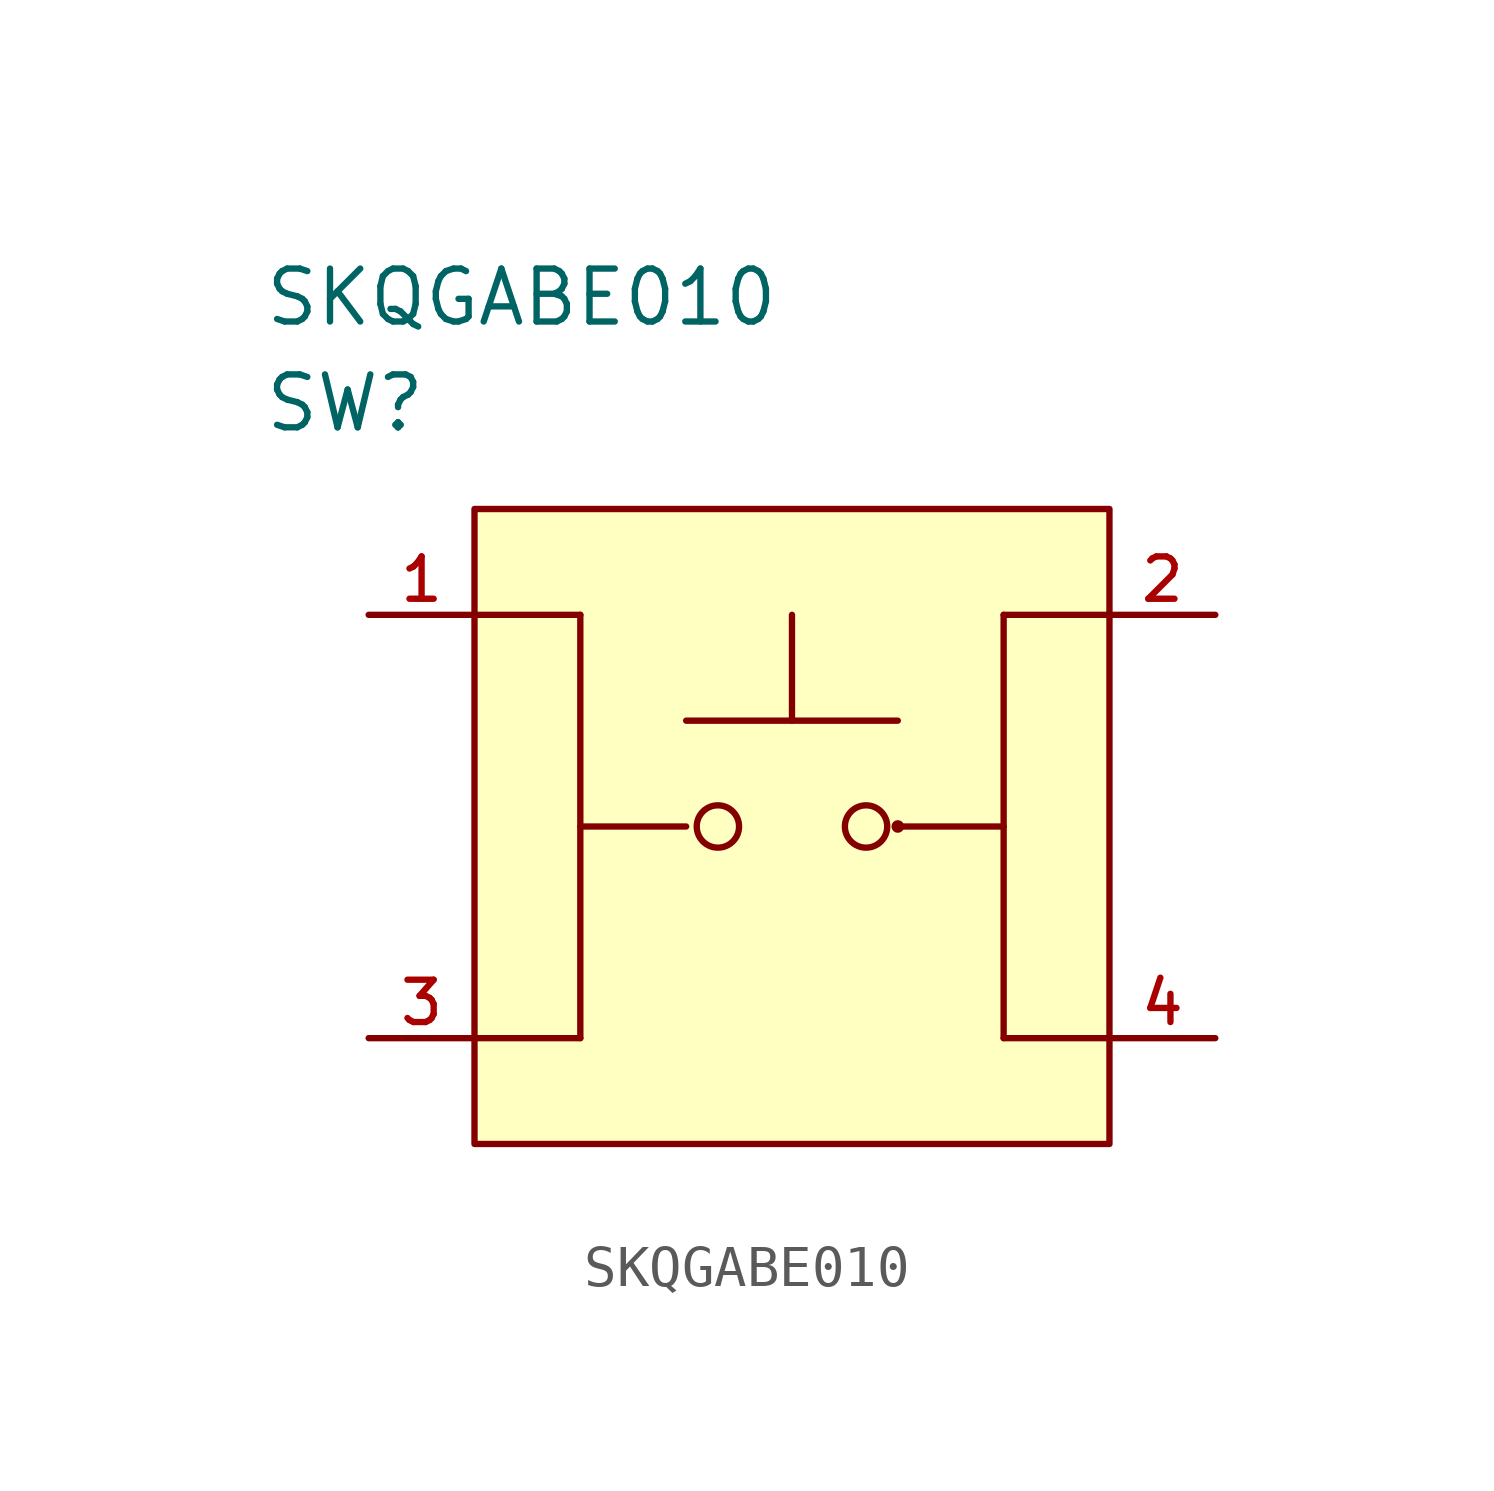
<source format=kicad_sym>
(kicad_symbol_lib
  (version 20220914)
  (generator kicad_symbol_editor)
  (symbol "SKQGABE010"
    (pin_names
      (offset 1.016))
    (property "Reference" "SW"
      (at 0 5.08 0)
      (effects (font (size 1.27 1.27)) (justify left)))
    (property "Value" "SKQGABE010"
      (at 0 7.62 0)
      (effects (font (size 1.27 1.27)) (justify left)))
    (property "ki_locked" ""
      (at 0 0 0)
      (effects (font (size 1.27 1.27))))
    (symbol "SKQGABE010_1_1"
      (polyline (pts (xy 5.08 0) (xy 7.62 0)) (stroke (width 0) (type solid)) (fill (type none)))
      (polyline (pts (xy 7.62 -10.16) (xy 5.08 -10.16)) (stroke (width 0) (type solid)) (fill (type none)))
      (polyline (pts (xy 7.62 -5.08) (xy 10.16 -5.08)) (stroke (width 0) (type solid)) (fill (type none)))
      (polyline (pts (xy 7.62 0) (xy 7.62 -10.16)) (stroke (width 0) (type solid)) (fill (type none)))
      (polyline (pts (xy 10.16 -2.54) (xy 15.24 -2.54)) (stroke (width 0) (type solid)) (fill (type none)))
      (polyline (pts (xy 12.7 -2.54) (xy 12.7 0)) (stroke (width 0) (type solid)) (fill (type none)))
      (polyline (pts (xy 15.24 -5.08) (xy 17.78 -5.08)) (stroke (width 0) (type solid)) (fill (type none)))
      (polyline (pts (xy 17.78 -10.16) (xy 20.32 -10.16)) (stroke (width 0) (type solid)) (fill (type none)))
      (polyline (pts (xy 17.78 0) (xy 17.78 -10.16)) (stroke (width 0) (type solid)) (fill (type none)))
      (polyline (pts (xy 20.32 0) (xy 17.78 0)) (stroke (width 0) (type solid)) (fill (type none)))
      (rectangle (start 5.08 2.54) (end 20.32 -12.7) (stroke (width 0) (type solid)) (fill (type background)))
      (circle (center 10.922 -5.08) (radius 0.508) (stroke (width 0) (type solid)) (fill (type none)))
      (circle (center 14.478 -5.08) (radius 0.508) (stroke (width 0) (type solid)) (fill (type none)))
      (circle (center 15.24 -5.08) (radius 0.0001) (stroke (width 0) (type solid)) (fill (type none)))
      (pin passive line (at 2.54 0 0) (length 2.54) (name "1" (effects (font (size 0 0)))) (number "1" (effects (font (size 1.016 1.016)))))
      (pin passive line (at 22.86 0 180) (length 2.54) (name "2" (effects (font (size 0 0)))) (number "2" (effects (font (size 1.016 1.016)))))
      (pin passive line (at 2.54 -10.16 0) (length 2.54) (name "3" (effects (font (size 0 0)))) (number "3" (effects (font (size 1.016 1.016)))))
      (pin passive line (at 22.86 -10.16 180) (length 2.54) (name "4" (effects (font (size 0 0)))) (number "4" (effects (font (size 1.016 1.016))))))))
</source>
